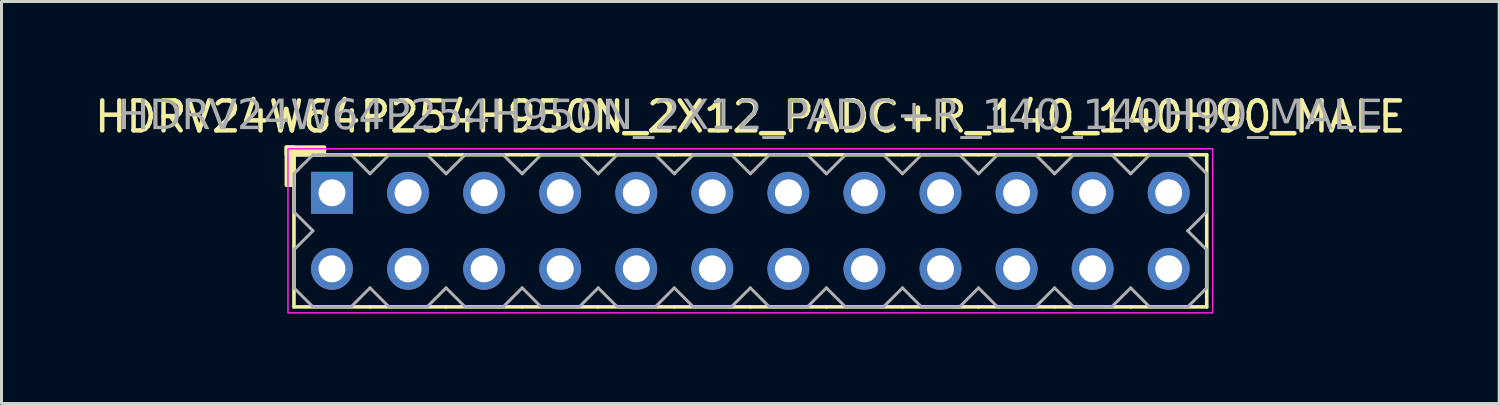
<source format=kicad_pcb>
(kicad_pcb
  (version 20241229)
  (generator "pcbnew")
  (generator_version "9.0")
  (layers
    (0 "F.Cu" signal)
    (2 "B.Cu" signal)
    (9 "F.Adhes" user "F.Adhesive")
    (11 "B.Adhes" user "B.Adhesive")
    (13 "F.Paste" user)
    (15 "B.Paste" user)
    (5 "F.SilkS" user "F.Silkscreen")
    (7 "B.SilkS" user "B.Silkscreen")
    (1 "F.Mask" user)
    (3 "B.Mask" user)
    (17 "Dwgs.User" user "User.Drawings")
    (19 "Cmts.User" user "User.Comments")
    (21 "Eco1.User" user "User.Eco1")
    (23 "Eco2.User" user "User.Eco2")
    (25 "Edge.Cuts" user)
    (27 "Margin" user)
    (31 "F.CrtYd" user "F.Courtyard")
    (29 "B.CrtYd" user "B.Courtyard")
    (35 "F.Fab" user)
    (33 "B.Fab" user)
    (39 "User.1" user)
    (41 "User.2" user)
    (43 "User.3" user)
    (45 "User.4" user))
  (footprint "HDRV24W64P254H950N_2X12_PADC+R_140_140H90_MALE"
    (layer "F.Cu")
    (at 22.006 4.658)
    (property "Reference" "HDRV24W64P254H950N_2X12_PADC+R_140_140H90_MALE" (at 0 -3.81 0) (layer "F.SilkS") (effects (font (size 1 1) (thickness 0.15))))
    (attr through_hole)
    (fp_line (start -15.24 2.54) (end -15.24 -2.54) (stroke (width 0.12) (type solid)) (layer "F.SilkS"))
    (fp_line (start -12.7 -2.54) (end -15.24 -2.54) (stroke (width 0.12) (type solid)) (layer "F.SilkS"))
    (fp_line (start -12.7 2.54) (end -15.24 2.54) (stroke (width 0.12) (type solid)) (layer "F.SilkS"))
    (fp_line (start -10.16 -2.54) (end -12.7 -2.54) (stroke (width 0.12) (type solid)) (layer "F.SilkS"))
    (fp_line (start -10.16 2.54) (end -12.7 2.54) (stroke (width 0.12) (type solid)) (layer "F.SilkS"))
    (fp_line (start -7.62 -2.54) (end -10.16 -2.54) (stroke (width 0.12) (type solid)) (layer "F.SilkS"))
    (fp_line (start -7.62 2.54) (end -10.16 2.54) (stroke (width 0.12) (type solid)) (layer "F.SilkS"))
    (fp_line (start -5.08 -2.54) (end -7.62 -2.54) (stroke (width 0.12) (type solid)) (layer "F.SilkS"))
    (fp_line (start -5.08 2.54) (end -7.62 2.54) (stroke (width 0.12) (type solid)) (layer "F.SilkS"))
    (fp_line (start -2.54 -2.54) (end -5.08 -2.54) (stroke (width 0.12) (type solid)) (layer "F.SilkS"))
    (fp_line (start -2.54 2.54) (end -5.08 2.54) (stroke (width 0.12) (type solid)) (layer "F.SilkS"))
    (fp_line (start 0 -2.54) (end -2.54 -2.54) (stroke (width 0.12) (type solid)) (layer "F.SilkS"))
    (fp_line (start 0 2.54) (end -2.54 2.54) (stroke (width 0.12) (type solid)) (layer "F.SilkS"))
    (fp_line (start 2.54 -2.54) (end 0 -2.54) (stroke (width 0.12) (type solid)) (layer "F.SilkS"))
    (fp_line (start 2.54 2.54) (end 0 2.54) (stroke (width 0.12) (type solid)) (layer "F.SilkS"))
    (fp_line (start 5.08 -2.54) (end 2.54 -2.54) (stroke (width 0.12) (type solid)) (layer "F.SilkS"))
    (fp_line (start 5.08 2.54) (end 2.54 2.54) (stroke (width 0.12) (type solid)) (layer "F.SilkS"))
    (fp_line (start 7.62 -2.54) (end 5.08 -2.54) (stroke (width 0.12) (type solid)) (layer "F.SilkS"))
    (fp_line (start 7.62 2.54) (end 5.08 2.54) (stroke (width 0.12) (type solid)) (layer "F.SilkS"))
    (fp_line (start 10.16 -2.54) (end 7.62 -2.54) (stroke (width 0.12) (type solid)) (layer "F.SilkS"))
    (fp_line (start 10.16 2.54) (end 7.62 2.54) (stroke (width 0.12) (type solid)) (layer "F.SilkS"))
    (fp_line (start 12.7 -2.54) (end 10.16 -2.54) (stroke (width 0.12) (type solid)) (layer "F.SilkS"))
    (fp_line (start 12.7 2.54) (end 10.16 2.54) (stroke (width 0.12) (type solid)) (layer "F.SilkS"))
    (fp_line (start 15.24 -2.54) (end 12.7 -2.54) (stroke (width 0.12) (type solid)) (layer "F.SilkS"))
    (fp_line (start 15.24 2.54) (end 12.7 2.54) (stroke (width 0.12) (type solid)) (layer "F.SilkS"))
    (fp_line (start 15.24 2.54) (end 15.24 -2.54) (stroke (width 0.12) (type solid)) (layer "F.SilkS"))
    (fp_rect (start -15.494 -1.524) (end -15.24 -2.794) (stroke (width 0.12) (type solid)) (fill yes) (layer "F.SilkS"))
    (fp_rect (start -14.224 -2.54) (end -15.494 -2.794) (stroke (width 0.12) (type solid)) (fill yes) (layer "F.SilkS"))
    (fp_rect (start -15.44 -2.74) (end 15.44 2.74) (stroke (width 0.05) (type default)) (fill no) (layer "F.CrtYd"))
    (fp_line (start -15.24 -1.905) (end -15.24 -0.635) (stroke (width 0.1) (type solid)) (layer "F.Fab"))
    (fp_line (start -15.24 -1.905) (end -14.605 -2.54) (stroke (width 0.1) (type solid)) (layer "F.Fab"))
    (fp_line (start -15.24 0.635) (end -15.24 1.905) (stroke (width 0.1) (type solid)) (layer "F.Fab"))
    (fp_line (start -14.605 -2.54) (end -13.335 -2.54) (stroke (width 0.1) (type solid)) (layer "F.Fab"))
    (fp_line (start -14.605 0) (end -15.24 -0.635) (stroke (width 0.1) (type solid)) (layer "F.Fab"))
    (fp_line (start -14.605 0) (end -15.24 0.635) (stroke (width 0.1) (type solid)) (layer "F.Fab"))
    (fp_line (start -14.605 2.54) (end -15.24 1.905) (stroke (width 0.1) (type solid)) (layer "F.Fab"))
    (fp_line (start -13.335 -2.54) (end -12.7 -1.905) (stroke (width 0.1) (type solid)) (layer "F.Fab"))
    (fp_line (start -13.335 2.54) (end -14.605 2.54) (stroke (width 0.1) (type solid)) (layer "F.Fab"))
    (fp_line (start -12.7 -1.905) (end -12.065 -2.54) (stroke (width 0.1) (type solid)) (layer "F.Fab"))
    (fp_line (start -12.7 1.905) (end -13.335 2.54) (stroke (width 0.1) (type solid)) (layer "F.Fab"))
    (fp_line (start -12.065 -2.54) (end -10.795 -2.54) (stroke (width 0.1) (type solid)) (layer "F.Fab"))
    (fp_line (start -12.065 2.54) (end -12.7 1.905) (stroke (width 0.1) (type solid)) (layer "F.Fab"))
    (fp_line (start -10.795 -2.54) (end -10.16 -1.905) (stroke (width 0.1) (type solid)) (layer "F.Fab"))
    (fp_line (start -10.795 2.54) (end -12.065 2.54) (stroke (width 0.1) (type solid)) (layer "F.Fab"))
    (fp_line (start -10.16 -1.905) (end -9.525 -2.54) (stroke (width 0.1) (type solid)) (layer "F.Fab"))
    (fp_line (start -10.16 1.905) (end -10.795 2.54) (stroke (width 0.1) (type solid)) (layer "F.Fab"))
    (fp_line (start -9.525 -2.54) (end -8.255 -2.54) (stroke (width 0.1) (type solid)) (layer "F.Fab"))
    (fp_line (start -9.525 2.54) (end -10.16 1.905) (stroke (width 0.1) (type solid)) (layer "F.Fab"))
    (fp_line (start -8.255 -2.54) (end -7.62 -1.905) (stroke (width 0.1) (type solid)) (layer "F.Fab"))
    (fp_line (start -8.255 2.54) (end -9.525 2.54) (stroke (width 0.1) (type solid)) (layer "F.Fab"))
    (fp_line (start -7.62 -1.905) (end -6.985 -2.54) (stroke (width 0.1) (type solid)) (layer "F.Fab"))
    (fp_line (start -7.62 1.905) (end -8.255 2.54) (stroke (width 0.1) (type solid)) (layer "F.Fab"))
    (fp_line (start -6.985 -2.54) (end -5.715 -2.54) (stroke (width 0.1) (type solid)) (layer "F.Fab"))
    (fp_line (start -6.985 2.54) (end -7.62 1.905) (stroke (width 0.1) (type solid)) (layer "F.Fab"))
    (fp_line (start -5.715 -2.54) (end -5.08 -1.905) (stroke (width 0.1) (type solid)) (layer "F.Fab"))
    (fp_line (start -5.715 2.54) (end -6.985 2.54) (stroke (width 0.1) (type solid)) (layer "F.Fab"))
    (fp_line (start -5.08 -1.905) (end -4.445 -2.54) (stroke (width 0.1) (type solid)) (layer "F.Fab"))
    (fp_line (start -5.08 1.905) (end -5.715 2.54) (stroke (width 0.1) (type solid)) (layer "F.Fab"))
    (fp_line (start -4.445 -2.54) (end -3.175 -2.54) (stroke (width 0.1) (type solid)) (layer "F.Fab"))
    (fp_line (start -4.445 2.54) (end -5.08 1.905) (stroke (width 0.1) (type solid)) (layer "F.Fab"))
    (fp_line (start -3.175 -2.54) (end -2.54 -1.905) (stroke (width 0.1) (type solid)) (layer "F.Fab"))
    (fp_line (start -3.175 2.54) (end -4.445 2.54) (stroke (width 0.1) (type solid)) (layer "F.Fab"))
    (fp_line (start -2.54 -1.905) (end -1.905 -2.54) (stroke (width 0.1) (type solid)) (layer "F.Fab"))
    (fp_line (start -2.54 1.905) (end -3.175 2.54) (stroke (width 0.1) (type solid)) (layer "F.Fab"))
    (fp_line (start -1.905 -2.54) (end -0.635 -2.54) (stroke (width 0.1) (type solid)) (layer "F.Fab"))
    (fp_line (start -1.905 2.54) (end -2.54 1.905) (stroke (width 0.1) (type solid)) (layer "F.Fab"))
    (fp_line (start -0.635 -2.54) (end 0 -1.905) (stroke (width 0.1) (type solid)) (layer "F.Fab"))
    (fp_line (start -0.635 2.54) (end -1.905 2.54) (stroke (width 0.1) (type solid)) (layer "F.Fab"))
    (fp_line (start 0 -1.905) (end 0.635 -2.54) (stroke (width 0.1) (type solid)) (layer "F.Fab"))
    (fp_line (start 0 1.905) (end -0.635 2.54) (stroke (width 0.1) (type solid)) (layer "F.Fab"))
    (fp_line (start 0.635 -2.54) (end 1.905 -2.54) (stroke (width 0.1) (type solid)) (layer "F.Fab"))
    (fp_line (start 0.635 2.54) (end 0 1.905) (stroke (width 0.1) (type solid)) (layer "F.Fab"))
    (fp_line (start 1.905 -2.54) (end 2.54 -1.905) (stroke (width 0.1) (type solid)) (layer "F.Fab"))
    (fp_line (start 1.905 2.54) (end 0.635 2.54) (stroke (width 0.1) (type solid)) (layer "F.Fab"))
    (fp_line (start 2.54 -1.905) (end 3.175 -2.54) (stroke (width 0.1) (type solid)) (layer "F.Fab"))
    (fp_line (start 2.54 1.905) (end 1.905 2.54) (stroke (width 0.1) (type solid)) (layer "F.Fab"))
    (fp_line (start 3.175 -2.54) (end 4.445 -2.54) (stroke (width 0.1) (type solid)) (layer "F.Fab"))
    (fp_line (start 3.175 2.54) (end 2.54 1.905) (stroke (width 0.1) (type solid)) (layer "F.Fab"))
    (fp_line (start 4.445 -2.54) (end 5.08 -1.905) (stroke (width 0.1) (type solid)) (layer "F.Fab"))
    (fp_line (start 4.445 2.54) (end 3.175 2.54) (stroke (width 0.1) (type solid)) (layer "F.Fab"))
    (fp_line (start 5.08 -1.905) (end 5.715 -2.54) (stroke (width 0.1) (type solid)) (layer "F.Fab"))
    (fp_line (start 5.08 1.905) (end 4.445 2.54) (stroke (width 0.1) (type solid)) (layer "F.Fab"))
    (fp_line (start 5.715 -2.54) (end 6.985 -2.54) (stroke (width 0.1) (type solid)) (layer "F.Fab"))
    (fp_line (start 5.715 2.54) (end 5.08 1.905) (stroke (width 0.1) (type solid)) (layer "F.Fab"))
    (fp_line (start 6.985 -2.54) (end 7.62 -1.905) (stroke (width 0.1) (type solid)) (layer "F.Fab"))
    (fp_line (start 6.985 2.54) (end 5.715 2.54) (stroke (width 0.1) (type solid)) (layer "F.Fab"))
    (fp_line (start 7.62 -1.905) (end 8.255 -2.54) (stroke (width 0.1) (type solid)) (layer "F.Fab"))
    (fp_line (start 7.62 1.905) (end 6.985 2.54) (stroke (width 0.1) (type solid)) (layer "F.Fab"))
    (fp_line (start 8.255 -2.54) (end 9.525 -2.54) (stroke (width 0.1) (type solid)) (layer "F.Fab"))
    (fp_line (start 8.255 2.54) (end 7.62 1.905) (stroke (width 0.1) (type solid)) (layer "F.Fab"))
    (fp_line (start 9.525 -2.54) (end 10.16 -1.905) (stroke (width 0.1) (type solid)) (layer "F.Fab"))
    (fp_line (start 9.525 2.54) (end 8.255 2.54) (stroke (width 0.1) (type solid)) (layer "F.Fab"))
    (fp_line (start 10.16 -1.905) (end 10.795 -2.54) (stroke (width 0.1) (type solid)) (layer "F.Fab"))
    (fp_line (start 10.16 1.905) (end 9.525 2.54) (stroke (width 0.1) (type solid)) (layer "F.Fab"))
    (fp_line (start 10.795 -2.54) (end 12.065 -2.54) (stroke (width 0.1) (type solid)) (layer "F.Fab"))
    (fp_line (start 10.795 2.54) (end 10.16 1.905) (stroke (width 0.1) (type solid)) (layer "F.Fab"))
    (fp_line (start 12.065 -2.54) (end 12.7 -1.905) (stroke (width 0.1) (type solid)) (layer "F.Fab"))
    (fp_line (start 12.065 2.54) (end 10.795 2.54) (stroke (width 0.1) (type solid)) (layer "F.Fab"))
    (fp_line (start 12.7 -1.905) (end 13.335 -2.54) (stroke (width 0.1) (type solid)) (layer "F.Fab"))
    (fp_line (start 12.7 1.905) (end 12.065 2.54) (stroke (width 0.1) (type solid)) (layer "F.Fab"))
    (fp_line (start 13.335 -2.54) (end 14.605 -2.54) (stroke (width 0.1) (type solid)) (layer "F.Fab"))
    (fp_line (start 13.335 2.54) (end 12.7 1.905) (stroke (width 0.1) (type solid)) (layer "F.Fab"))
    (fp_line (start 14.605 -2.54) (end 15.24 -1.905) (stroke (width 0.1) (type solid)) (layer "F.Fab"))
    (fp_line (start 14.605 0) (end 15.24 0.635) (stroke (width 0.1) (type solid)) (layer "F.Fab"))
    (fp_line (start 14.605 2.54) (end 13.335 2.54) (stroke (width 0.1) (type solid)) (layer "F.Fab"))
    (fp_line (start 15.24 -1.905) (end 15.24 -0.635) (stroke (width 0.1) (type solid)) (layer "F.Fab"))
    (fp_line (start 15.24 -0.635) (end 14.605 0) (stroke (width 0.1) (type solid)) (layer "F.Fab"))
    (fp_line (start 15.24 0.635) (end 15.24 1.905) (stroke (width 0.1) (type solid)) (layer "F.Fab"))
    (fp_line (start 15.24 1.905) (end 14.605 2.54) (stroke (width 0.1) (type solid)) (layer "F.Fab"))
    (fp_rect (start -13.716 -1.524) (end -14.224 -1.016) (stroke (width 0.1) (type solid)) (fill no) (layer "F.Fab"))
    (fp_rect (start -13.716 1.016) (end -14.224 1.524) (stroke (width 0.1) (type solid)) (fill no) (layer "F.Fab"))
    (fp_rect (start -11.176 -1.524) (end -11.684 -1.016) (stroke (width 0.1) (type solid)) (fill no) (layer "F.Fab"))
    (fp_rect (start -11.176 1.016) (end -11.684 1.524) (stroke (width 0.1) (type solid)) (fill no) (layer "F.Fab"))
    (fp_rect (start -8.636 -1.524) (end -9.144 -1.016) (stroke (width 0.1) (type solid)) (fill no) (layer "F.Fab"))
    (fp_rect (start -8.636 1.016) (end -9.144 1.524) (stroke (width 0.1) (type solid)) (fill no) (layer "F.Fab"))
    (fp_rect (start -6.096 -1.524) (end -6.604 -1.016) (stroke (width 0.1) (type solid)) (fill no) (layer "F.Fab"))
    (fp_rect (start -6.096 1.016) (end -6.604 1.524) (stroke (width 0.1) (type solid)) (fill no) (layer "F.Fab"))
    (fp_rect (start -3.556 -1.524) (end -4.064 -1.016) (stroke (width 0.1) (type solid)) (fill no) (layer "F.Fab"))
    (fp_rect (start -3.556 1.016) (end -4.064 1.524) (stroke (width 0.1) (type solid)) (fill no) (layer "F.Fab"))
    (fp_rect (start -1.016 -1.524) (end -1.524 -1.016) (stroke (width 0.1) (type solid)) (fill no) (layer "F.Fab"))
    (fp_rect (start -1.016 1.016) (end -1.524 1.524) (stroke (width 0.1) (type solid)) (fill no) (layer "F.Fab"))
    (fp_rect (start 1.524 -1.524) (end 1.016 -1.016) (stroke (width 0.1) (type solid)) (fill no) (layer "F.Fab"))
    (fp_rect (start 1.524 1.016) (end 1.016 1.524) (stroke (width 0.1) (type solid)) (fill no) (layer "F.Fab"))
    (fp_rect (start 4.064 -1.524) (end 3.556 -1.016) (stroke (width 0.1) (type solid)) (fill no) (layer "F.Fab"))
    (fp_rect (start 4.064 1.016) (end 3.556 1.524) (stroke (width 0.1) (type solid)) (fill no) (layer "F.Fab"))
    (fp_rect (start 6.604 -1.524) (end 6.096 -1.016) (stroke (width 0.1) (type solid)) (fill no) (layer "F.Fab"))
    (fp_rect (start 6.604 1.016) (end 6.096 1.524) (stroke (width 0.1) (type solid)) (fill no) (layer "F.Fab"))
    (fp_rect (start 9.144 -1.524) (end 8.636 -1.016) (stroke (width 0.1) (type solid)) (fill no) (layer "F.Fab"))
    (fp_rect (start 9.144 1.016) (end 8.636 1.524) (stroke (width 0.1) (type solid)) (fill no) (layer "F.Fab"))
    (fp_rect (start 11.684 -1.524) (end 11.176 -1.016) (stroke (width 0.1) (type solid)) (fill no) (layer "F.Fab"))
    (fp_rect (start 11.684 1.016) (end 11.176 1.524) (stroke (width 0.1) (type solid)) (fill no) (layer "F.Fab"))
    (fp_rect (start 14.224 -1.524) (end 13.716 -1.016) (stroke (width 0.1) (type solid)) (fill no) (layer "F.Fab"))
    (fp_rect (start 14.224 1.016) (end 13.716 1.524) (stroke (width 0.1) (type solid)) (fill no) (layer "F.Fab"))
    (fp_text user "${REFERENCE}" (at 0 -3.81 0) (layer "F.Fab") (effects (font (face "Tahoma") (size 1 1) (thickness 0.15))))
    (pad "1" thru_hole rect (at -13.97 -1.27) (size 1.4 1.4) (drill 0.9) (layers "*.Cu" "*.Mask"))
    (pad "2" thru_hole circle (at -13.97 1.27) (size 1.4 1.4) (drill 0.9) (layers "*.Cu" "*.Mask"))
    (pad "3" thru_hole circle (at -11.43 -1.27) (size 1.4 1.4) (drill 0.9) (layers "*.Cu" "*.Mask"))
    (pad "4" thru_hole circle (at -11.43 1.27) (size 1.4 1.4) (drill 0.9) (layers "*.Cu" "*.Mask"))
    (pad "5" thru_hole circle (at -8.89 -1.27) (size 1.4 1.4) (drill 0.9) (layers "*.Cu" "*.Mask"))
    (pad "6" thru_hole circle (at -8.89 1.27) (size 1.4 1.4) (drill 0.9) (layers "*.Cu" "*.Mask"))
    (pad "7" thru_hole circle (at -6.35 -1.27) (size 1.4 1.4) (drill 0.9) (layers "*.Cu" "*.Mask"))
    (pad "8" thru_hole circle (at -6.35 1.27) (size 1.4 1.4) (drill 0.9) (layers "*.Cu" "*.Mask"))
    (pad "9" thru_hole circle (at -3.81 -1.27) (size 1.4 1.4) (drill 0.9) (layers "*.Cu" "*.Mask"))
    (pad "10" thru_hole circle (at -3.81 1.27) (size 1.4 1.4) (drill 0.9) (layers "*.Cu" "*.Mask"))
    (pad "11" thru_hole circle (at -1.27 -1.27) (size 1.4 1.4) (drill 0.9) (layers "*.Cu" "*.Mask"))
    (pad "12" thru_hole circle (at -1.27 1.27) (size 1.4 1.4) (drill 0.9) (layers "*.Cu" "*.Mask"))
    (pad "13" thru_hole circle (at 1.27 -1.27) (size 1.4 1.4) (drill 0.9) (layers "*.Cu" "*.Mask"))
    (pad "14" thru_hole circle (at 1.27 1.27) (size 1.4 1.4) (drill 0.9) (layers "*.Cu" "*.Mask"))
    (pad "15" thru_hole circle (at 3.81 -1.27) (size 1.4 1.4) (drill 0.9) (layers "*.Cu" "*.Mask"))
    (pad "16" thru_hole circle (at 3.81 1.27) (size 1.4 1.4) (drill 0.9) (layers "*.Cu" "*.Mask"))
    (pad "17" thru_hole circle (at 6.35 -1.27) (size 1.4 1.4) (drill 0.9) (layers "*.Cu" "*.Mask"))
    (pad "18" thru_hole circle (at 6.35 1.27) (size 1.4 1.4) (drill 0.9) (layers "*.Cu" "*.Mask"))
    (pad "19" thru_hole circle (at 8.89 -1.27) (size 1.4 1.4) (drill 0.9) (layers "*.Cu" "*.Mask"))
    (pad "20" thru_hole circle (at 8.89 1.27) (size 1.4 1.4) (drill 0.9) (layers "*.Cu" "*.Mask"))
    (pad "21" thru_hole circle (at 11.43 -1.27) (size 1.4 1.4) (drill 0.9) (layers "*.Cu" "*.Mask"))
    (pad "22" thru_hole circle (at 11.43 1.27) (size 1.4 1.4) (drill 0.9) (layers "*.Cu" "*.Mask"))
    (pad "23" thru_hole circle (at 13.97 -1.27) (size 1.4 1.4) (drill 0.9) (layers "*.Cu" "*.Mask"))
    (pad "24" thru_hole circle (at 13.97 1.27) (size 1.4 1.4) (drill 0.9) (layers "*.Cu" "*.Mask")))
  (gr_rect
    (start -3 -3)
    (end 47.012 10.423)
    (stroke (width 0.1) (type default))
    (fill no)
    (layer "Edge.Cuts")))
</source>
